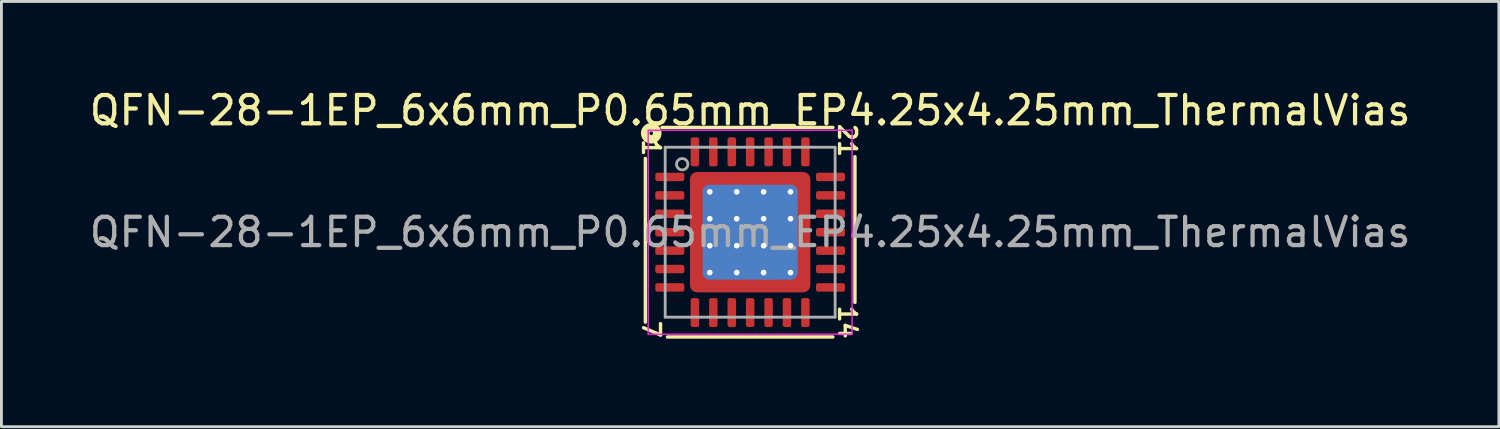
<source format=kicad_pcb>
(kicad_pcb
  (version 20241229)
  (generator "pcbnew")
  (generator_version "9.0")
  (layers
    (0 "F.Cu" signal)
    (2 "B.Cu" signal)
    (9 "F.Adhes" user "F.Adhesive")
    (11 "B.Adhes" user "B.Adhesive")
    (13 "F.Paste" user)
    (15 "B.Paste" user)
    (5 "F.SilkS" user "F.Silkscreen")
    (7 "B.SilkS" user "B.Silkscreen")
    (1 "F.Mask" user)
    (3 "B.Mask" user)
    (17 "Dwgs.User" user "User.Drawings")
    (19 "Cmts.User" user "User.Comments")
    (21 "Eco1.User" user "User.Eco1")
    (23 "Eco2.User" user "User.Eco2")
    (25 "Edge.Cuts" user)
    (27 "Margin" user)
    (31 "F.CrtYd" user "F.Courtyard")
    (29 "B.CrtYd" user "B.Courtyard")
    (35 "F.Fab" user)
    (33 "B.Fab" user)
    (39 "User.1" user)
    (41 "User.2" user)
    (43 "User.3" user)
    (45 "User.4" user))
  (footprint "QFN-28-1EP_6x6mm_P0.65mm_EP4.25x4.25mm_ThermalVias"
    (layer "F.Cu")
    (at 23.435 5.148)
    (property "Reference" "QFN-28-1EP_6x6mm_P0.65mm_EP4.25x4.25mm_ThermalVias" (at 0 -4.3 0) (layer "F.SilkS") (effects (font (size 1 1) (thickness 0.15))))
    (attr smd)
    (fp_line (start -3.7 -2.603) (end -3.7 3.175) (stroke (width 0.12) (type solid)) (layer "F.SilkS"))
    (fp_line (start -2.921 3.7) (end 2.921 3.7) (stroke (width 0.12) (type solid)) (layer "F.SilkS"))
    (fp_line (start 2.921 -3.7) (end -3.111 -3.7) (stroke (width 0.12) (type solid)) (layer "F.SilkS"))
    (fp_line (start 3.7 2.477) (end 3.7 -2.667) (stroke (width 0.12) (type solid)) (layer "F.SilkS"))
    (fp_circle (center -3.493 -3.493) (end -3.429 -3.493) (stroke (width 0.3) (type solid)) (fill no) (layer "F.SilkS"))
    (fp_line (start -3.6 -3.6) (end -3.6 3.6) (stroke (width 0.05) (type solid)) (layer "F.CrtYd"))
    (fp_line (start -3.6 3.6) (end 3.6 3.6) (stroke (width 0.05) (type solid)) (layer "F.CrtYd"))
    (fp_line (start 3.6 -3.6) (end -3.6 -3.6) (stroke (width 0.05) (type solid)) (layer "F.CrtYd"))
    (fp_line (start 3.6 3.6) (end 3.6 -3.6) (stroke (width 0.05) (type solid)) (layer "F.CrtYd"))
    (fp_line (start -3 -3) (end 3 -3) (stroke (width 0.1) (type solid)) (layer "F.Fab"))
    (fp_line (start -3 3) (end -3 -3) (stroke (width 0.1) (type solid)) (layer "F.Fab"))
    (fp_line (start 3 -3) (end 3 3) (stroke (width 0.1) (type solid)) (layer "F.Fab"))
    (fp_line (start 3 3) (end -3 3) (stroke (width 0.1) (type solid)) (layer "F.Fab"))
    (fp_circle (center -2.4 -2.4) (end -2.2 -2.4) (stroke (width 0.1) (type solid)) (fill no) (layer "F.Fab"))
    (fp_text user "21" (at 3.429 -3.239 270) (unlocked yes) (layer "F.SilkS") (effects (font (size 0.6 0.6) (thickness 0.12))))
    (fp_text user "1" (at -3.493 -2.985 270) (unlocked yes) (layer "F.SilkS") (effects (font (size 0.6 0.6) (thickness 0.12))))
    (fp_text user "14" (at 3.429 3.175 270) (unlocked yes) (layer "F.SilkS") (effects (font (size 0.6 0.6) (thickness 0.12))))
    (fp_text user "7" (at -3.493 3.429 270) (unlocked yes) (layer "F.SilkS") (effects (font (size 0.6 0.6) (thickness 0.12))))
    (fp_text user "${REFERENCE}" (at 0 0 0) (layer "F.Fab") (effects (font (size 1 1) (thickness 0.15))))
    (pad "" smd custom (at -1.775 -1.775) (size 0.46 0.46) (layers "F.Paste") (options (anchor circle)) (primitives (gr_poly (pts (xy 0.178 0.092) (xy 0.092 0.178) (xy -0.178 0.178) (xy -0.178 -0.178) (xy 0.178 -0.178)) (width 0.208) (fill yes))))
    (pad "" smd custom (at -1.775 -0.95) (size 0.477 0.477) (layers "F.Paste") (options (anchor circle)) (primitives (gr_poly (pts (xy 0.195 -0.224) (xy 0.195 0.224) (xy 0.123 0.296) (xy -0.195 0.296) (xy -0.195 -0.296) (xy 0.123 -0.296)) (width 0.174) (fill yes))))
    (pad "" smd custom (at -1.775 0) (size 0.477 0.477) (layers "F.Paste") (options (anchor circle)) (primitives (gr_poly (pts (xy 0.195 -0.224) (xy 0.195 0.224) (xy 0.123 0.296) (xy -0.195 0.296) (xy -0.195 -0.296) (xy 0.123 -0.296)) (width 0.174) (fill yes))))
    (pad "" smd custom (at -1.775 0.95) (size 0.477 0.477) (layers "F.Paste") (options (anchor circle)) (primitives (gr_poly (pts (xy 0.195 -0.224) (xy 0.195 0.224) (xy 0.123 0.296) (xy -0.195 0.296) (xy -0.195 -0.296) (xy 0.123 -0.296)) (width 0.174) (fill yes))))
    (pad "" smd custom (at -1.775 1.775) (size 0.46 0.46) (layers "F.Paste") (options (anchor circle)) (primitives (gr_poly (pts (xy 0.178 -0.092) (xy 0.178 0.178) (xy -0.178 0.178) (xy -0.178 -0.178) (xy 0.092 -0.178)) (width 0.208) (fill yes))))
    (pad "" smd custom (at -0.95 -1.775) (size 0.477 0.477) (layers "F.Paste") (options (anchor circle)) (primitives (gr_poly (pts (xy 0.296 0.123) (xy 0.224 0.195) (xy -0.224 0.195) (xy -0.296 0.123) (xy -0.296 -0.195) (xy 0.296 -0.195)) (width 0.174) (fill yes))))
    (pad "" smd roundrect (at -0.95 -0.95) (size 0.766 0.766) (layers "F.Paste") (roundrect_rratio 0.25))
    (pad "" smd roundrect (at -0.95 0) (size 0.766 0.766) (layers "F.Paste") (roundrect_rratio 0.25))
    (pad "" smd roundrect (at -0.95 0.95) (size 0.766 0.766) (layers "F.Paste") (roundrect_rratio 0.25))
    (pad "" smd custom (at -0.95 1.775) (size 0.477 0.477) (layers "F.Paste") (options (anchor circle)) (primitives (gr_poly (pts (xy 0.296 -0.123) (xy 0.296 0.195) (xy -0.296 0.195) (xy -0.296 -0.123) (xy -0.224 -0.195) (xy 0.224 -0.195)) (width 0.174) (fill yes))))
    (pad "" smd custom (at 0 -1.775) (size 0.477 0.477) (layers "F.Paste") (options (anchor circle)) (primitives (gr_poly (pts (xy 0.296 0.123) (xy 0.224 0.195) (xy -0.224 0.195) (xy -0.296 0.123) (xy -0.296 -0.195) (xy 0.296 -0.195)) (width 0.174) (fill yes))))
    (pad "" smd roundrect (at 0 -0.95) (size 0.766 0.766) (layers "F.Paste") (roundrect_rratio 0.25))
    (pad "" smd roundrect (at 0 0) (size 0.766 0.766) (layers "F.Paste") (roundrect_rratio 0.25))
    (pad "" smd roundrect (at 0 0.95) (size 0.766 0.766) (layers "F.Paste") (roundrect_rratio 0.25))
    (pad "" smd custom (at 0 1.775) (size 0.477 0.477) (layers "F.Paste") (options (anchor circle)) (primitives (gr_poly (pts (xy 0.296 -0.123) (xy 0.296 0.195) (xy -0.296 0.195) (xy -0.296 -0.123) (xy -0.224 -0.195) (xy 0.224 -0.195)) (width 0.174) (fill yes))))
    (pad "" smd custom (at 0.95 -1.775) (size 0.477 0.477) (layers "F.Paste") (options (anchor circle)) (primitives (gr_poly (pts (xy 0.296 0.123) (xy 0.224 0.195) (xy -0.224 0.195) (xy -0.296 0.123) (xy -0.296 -0.195) (xy 0.296 -0.195)) (width 0.174) (fill yes))))
    (pad "" smd roundrect (at 0.95 -0.95) (size 0.766 0.766) (layers "F.Paste") (roundrect_rratio 0.25))
    (pad "" smd roundrect (at 0.95 0) (size 0.766 0.766) (layers "F.Paste") (roundrect_rratio 0.25))
    (pad "" smd roundrect (at 0.95 0.95) (size 0.766 0.766) (layers "F.Paste") (roundrect_rratio 0.25))
    (pad "" smd custom (at 0.95 1.775) (size 0.477 0.477) (layers "F.Paste") (options (anchor circle)) (primitives (gr_poly (pts (xy 0.296 -0.123) (xy 0.296 0.195) (xy -0.296 0.195) (xy -0.296 -0.123) (xy -0.224 -0.195) (xy 0.224 -0.195)) (width 0.174) (fill yes))))
    (pad "" smd custom (at 1.775 -1.775) (size 0.46 0.46) (layers "F.Paste") (options (anchor circle)) (primitives (gr_poly (pts (xy 0.178 0.178) (xy -0.092 0.178) (xy -0.178 0.092) (xy -0.178 -0.178) (xy 0.178 -0.178)) (width 0.208) (fill yes))))
    (pad "" smd custom (at 1.775 -0.95) (size 0.477 0.477) (layers "F.Paste") (options (anchor circle)) (primitives (gr_poly (pts (xy 0.195 0.296) (xy -0.123 0.296) (xy -0.195 0.224) (xy -0.195 -0.224) (xy -0.123 -0.296) (xy 0.195 -0.296)) (width 0.174) (fill yes))))
    (pad "" smd custom (at 1.775 0) (size 0.477 0.477) (layers "F.Paste") (options (anchor circle)) (primitives (gr_poly (pts (xy 0.195 0.296) (xy -0.123 0.296) (xy -0.195 0.224) (xy -0.195 -0.224) (xy -0.123 -0.296) (xy 0.195 -0.296)) (width 0.174) (fill yes))))
    (pad "" smd custom (at 1.775 0.95) (size 0.477 0.477) (layers "F.Paste") (options (anchor circle)) (primitives (gr_poly (pts (xy 0.195 0.296) (xy -0.123 0.296) (xy -0.195 0.224) (xy -0.195 -0.224) (xy -0.123 -0.296) (xy 0.195 -0.296)) (width 0.174) (fill yes))))
    (pad "" smd custom (at 1.775 1.775) (size 0.46 0.46) (layers "F.Paste") (options (anchor circle)) (primitives (gr_poly (pts (xy 0.178 0.178) (xy -0.178 0.178) (xy -0.178 -0.092) (xy -0.092 -0.178) (xy 0.178 -0.178)) (width 0.208) (fill yes))))
    (pad "1" smd roundrect (at -2.837 -1.95) (size 1.025 0.3) (layers "F.Cu" "F.Mask" "F.Paste") (roundrect_rratio 0.25))
    (pad "2" smd roundrect (at -2.837 -1.3) (size 1.025 0.3) (layers "F.Cu" "F.Mask" "F.Paste") (roundrect_rratio 0.25))
    (pad "3" smd roundrect (at -2.837 -0.65) (size 1.025 0.3) (layers "F.Cu" "F.Mask" "F.Paste") (roundrect_rratio 0.25))
    (pad "4" smd roundrect (at -2.837 0) (size 1.025 0.3) (layers "F.Cu" "F.Mask" "F.Paste") (roundrect_rratio 0.25))
    (pad "5" smd roundrect (at -2.837 0.65) (size 1.025 0.3) (layers "F.Cu" "F.Mask" "F.Paste") (roundrect_rratio 0.25))
    (pad "6" smd roundrect (at -2.837 1.3) (size 1.025 0.3) (layers "F.Cu" "F.Mask" "F.Paste") (roundrect_rratio 0.25))
    (pad "7" smd roundrect (at -2.837 1.95) (size 1.025 0.3) (layers "F.Cu" "F.Mask" "F.Paste") (roundrect_rratio 0.25))
    (pad "8" smd roundrect (at -1.95 2.837) (size 0.3 1.025) (layers "F.Cu" "F.Mask" "F.Paste") (roundrect_rratio 0.25))
    (pad "9" smd roundrect (at -1.3 2.837) (size 0.3 1.025) (layers "F.Cu" "F.Mask" "F.Paste") (roundrect_rratio 0.25))
    (pad "10" smd roundrect (at -0.65 2.837) (size 0.3 1.025) (layers "F.Cu" "F.Mask" "F.Paste") (roundrect_rratio 0.25))
    (pad "11" smd roundrect (at 0 2.837) (size 0.3 1.025) (layers "F.Cu" "F.Mask" "F.Paste") (roundrect_rratio 0.25))
    (pad "12" smd roundrect (at 0.65 2.837) (size 0.3 1.025) (layers "F.Cu" "F.Mask" "F.Paste") (roundrect_rratio 0.25))
    (pad "13" smd roundrect (at 1.3 2.837) (size 0.3 1.025) (layers "F.Cu" "F.Mask" "F.Paste") (roundrect_rratio 0.25))
    (pad "14" smd roundrect (at 1.95 2.837) (size 0.3 1.025) (layers "F.Cu" "F.Mask" "F.Paste") (roundrect_rratio 0.25))
    (pad "15" smd roundrect (at 2.837 1.95) (size 1.025 0.3) (layers "F.Cu" "F.Mask" "F.Paste") (roundrect_rratio 0.25))
    (pad "16" smd roundrect (at 2.837 1.3) (size 1.025 0.3) (layers "F.Cu" "F.Mask" "F.Paste") (roundrect_rratio 0.25))
    (pad "17" smd roundrect (at 2.837 0.65) (size 1.025 0.3) (layers "F.Cu" "F.Mask" "F.Paste") (roundrect_rratio 0.25))
    (pad "18" smd roundrect (at 2.837 0) (size 1.025 0.3) (layers "F.Cu" "F.Mask" "F.Paste") (roundrect_rratio 0.25))
    (pad "19" smd roundrect (at 2.837 -0.65) (size 1.025 0.3) (layers "F.Cu" "F.Mask" "F.Paste") (roundrect_rratio 0.25))
    (pad "20" smd roundrect (at 2.837 -1.3) (size 1.025 0.3) (layers "F.Cu" "F.Mask" "F.Paste") (roundrect_rratio 0.25))
    (pad "21" smd roundrect (at 2.837 -1.95) (size 1.025 0.3) (layers "F.Cu" "F.Mask" "F.Paste") (roundrect_rratio 0.25))
    (pad "22" smd roundrect (at 1.95 -2.837) (size 0.3 1.025) (layers "F.Cu" "F.Mask" "F.Paste") (roundrect_rratio 0.25))
    (pad "23" smd roundrect (at 1.3 -2.837) (size 0.3 1.025) (layers "F.Cu" "F.Mask" "F.Paste") (roundrect_rratio 0.25))
    (pad "24" smd roundrect (at 0.65 -2.837) (size 0.3 1.025) (layers "F.Cu" "F.Mask" "F.Paste") (roundrect_rratio 0.25))
    (pad "25" smd roundrect (at 0 -2.837) (size 0.3 1.025) (layers "F.Cu" "F.Mask" "F.Paste") (roundrect_rratio 0.25))
    (pad "26" smd roundrect (at -0.65 -2.837) (size 0.3 1.025) (layers "F.Cu" "F.Mask" "F.Paste") (roundrect_rratio 0.25))
    (pad "27" smd roundrect (at -1.3 -2.837) (size 0.3 1.025) (layers "F.Cu" "F.Mask" "F.Paste") (roundrect_rratio 0.25))
    (pad "28" smd roundrect (at -1.95 -2.837) (size 0.3 1.025) (layers "F.Cu" "F.Mask" "F.Paste") (roundrect_rratio 0.25))
    (pad "29" thru_hole circle (at -1.425 -1.425) (size 0.5 0.5) (drill 0.2) (property pad_prop_heatsink) (layers "*.Cu"))
    (pad "29" thru_hole circle (at -1.425 -0.475) (size 0.5 0.5) (drill 0.2) (property pad_prop_heatsink) (layers "*.Cu"))
    (pad "29" thru_hole circle (at -1.425 0.475) (size 0.5 0.5) (drill 0.2) (property pad_prop_heatsink) (layers "*.Cu"))
    (pad "29" thru_hole circle (at -1.425 1.425) (size 0.5 0.5) (drill 0.2) (property pad_prop_heatsink) (layers "*.Cu"))
    (pad "29" thru_hole circle (at -0.475 -1.425) (size 0.5 0.5) (drill 0.2) (property pad_prop_heatsink) (layers "*.Cu"))
    (pad "29" thru_hole circle (at -0.475 -0.475) (size 0.5 0.5) (drill 0.2) (property pad_prop_heatsink) (layers "*.Cu"))
    (pad "29" thru_hole circle (at -0.475 0.475) (size 0.5 0.5) (drill 0.2) (property pad_prop_heatsink) (layers "*.Cu"))
    (pad "29" thru_hole circle (at -0.475 1.425) (size 0.5 0.5) (drill 0.2) (property pad_prop_heatsink) (layers "*.Cu"))
    (pad "29" smd roundrect (at 0 0) (size 3.35 3.35) (layers "B.Cu" "B.Mask") (roundrect_rratio 0.075))
    (pad "29" smd roundrect (at 0 0) (size 4.25 4.25) (layers "F.Cu" "F.Mask") (roundrect_rratio 0.059))
    (pad "29" thru_hole circle (at 0.475 -1.425) (size 0.5 0.5) (drill 0.2) (property pad_prop_heatsink) (layers "*.Cu"))
    (pad "29" thru_hole circle (at 0.475 -0.475) (size 0.5 0.5) (drill 0.2) (property pad_prop_heatsink) (layers "*.Cu"))
    (pad "29" thru_hole circle (at 0.475 0.475) (size 0.5 0.5) (drill 0.2) (property pad_prop_heatsink) (layers "*.Cu"))
    (pad "29" thru_hole circle (at 0.475 1.425) (size 0.5 0.5) (drill 0.2) (property pad_prop_heatsink) (layers "*.Cu"))
    (pad "29" thru_hole circle (at 1.425 -1.425) (size 0.5 0.5) (drill 0.2) (property pad_prop_heatsink) (layers "*.Cu"))
    (pad "29" thru_hole circle (at 1.425 -0.475) (size 0.5 0.5) (drill 0.2) (property pad_prop_heatsink) (layers "*.Cu"))
    (pad "29" thru_hole circle (at 1.425 0.475) (size 0.5 0.5) (drill 0.2) (property pad_prop_heatsink) (layers "*.Cu"))
    (pad "29" thru_hole circle (at 1.425 1.425) (size 0.5 0.5) (drill 0.2) (property pad_prop_heatsink) (layers "*.Cu")))
  (gr_rect
    (start -3 -3)
    (end 49.869 12.015)
    (stroke (width 0.1) (type default))
    (fill no)
    (layer "Edge.Cuts")))
</source>
